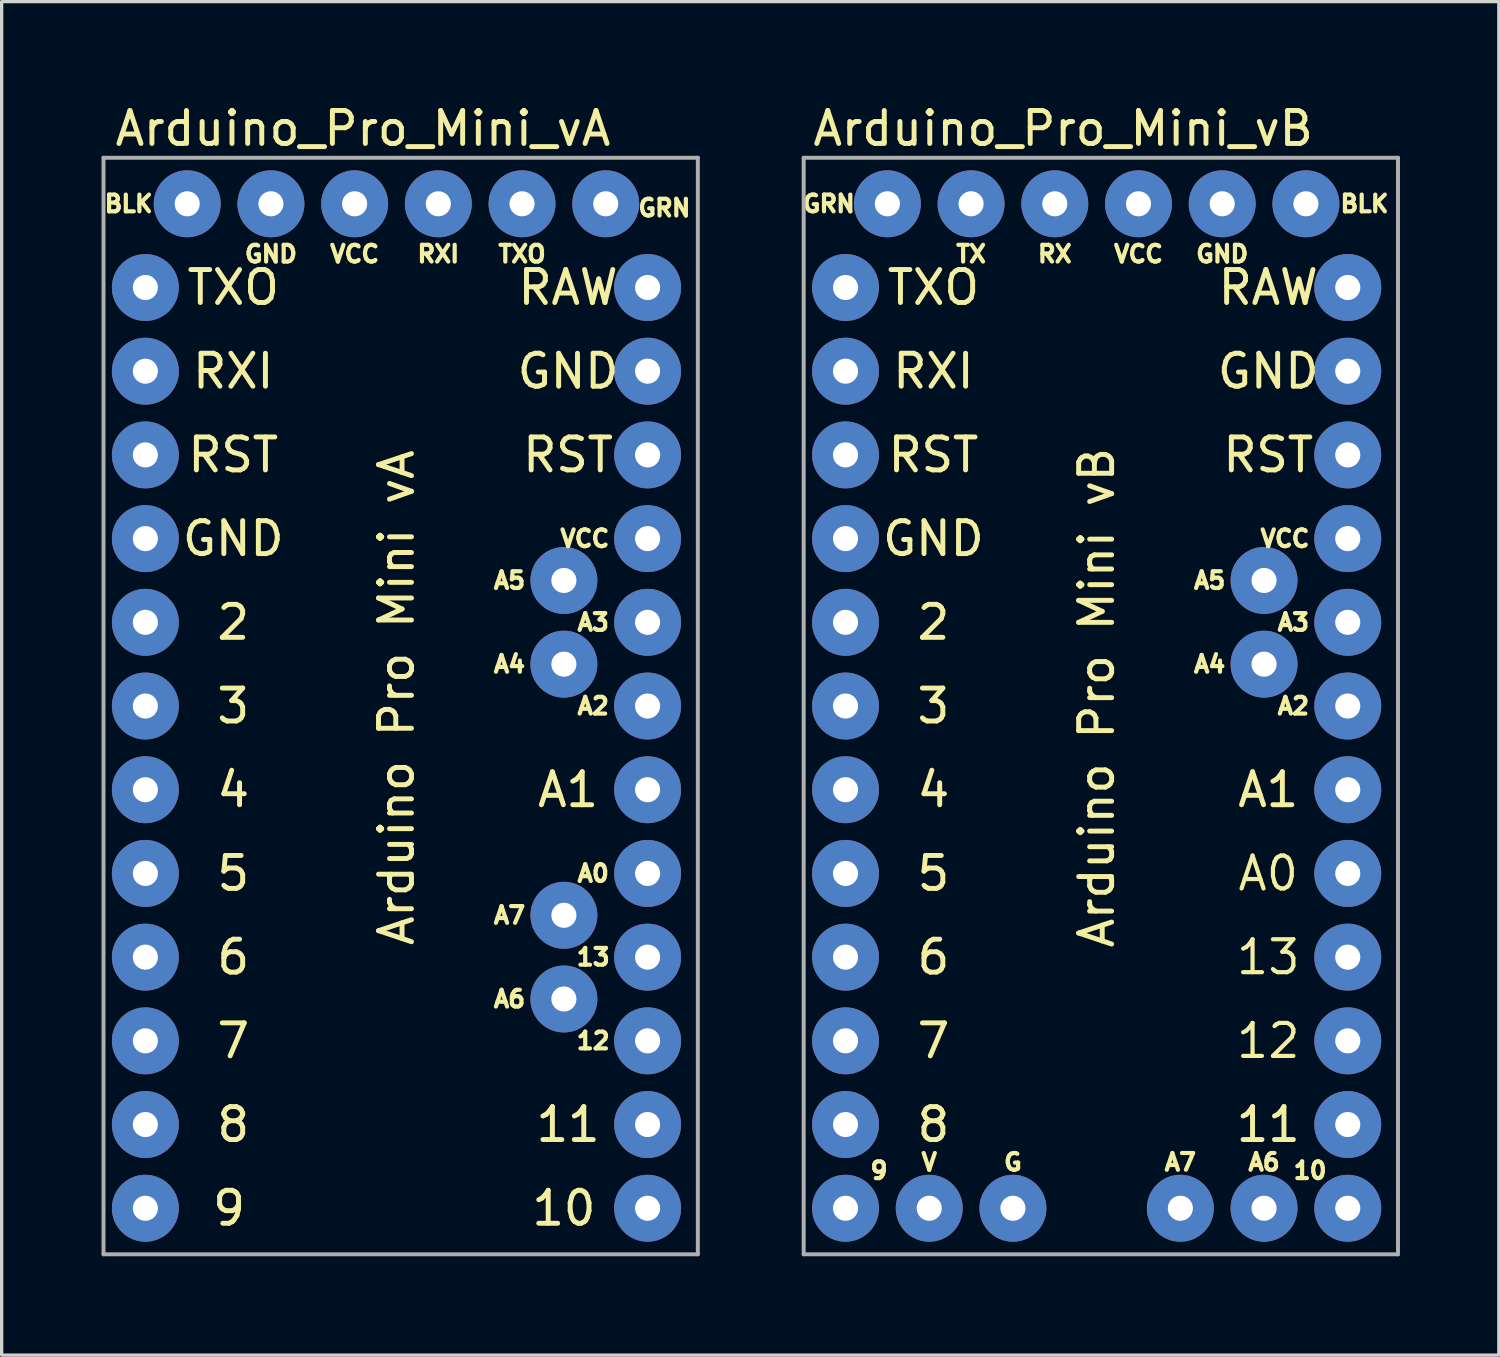
<source format=kicad_pcb>
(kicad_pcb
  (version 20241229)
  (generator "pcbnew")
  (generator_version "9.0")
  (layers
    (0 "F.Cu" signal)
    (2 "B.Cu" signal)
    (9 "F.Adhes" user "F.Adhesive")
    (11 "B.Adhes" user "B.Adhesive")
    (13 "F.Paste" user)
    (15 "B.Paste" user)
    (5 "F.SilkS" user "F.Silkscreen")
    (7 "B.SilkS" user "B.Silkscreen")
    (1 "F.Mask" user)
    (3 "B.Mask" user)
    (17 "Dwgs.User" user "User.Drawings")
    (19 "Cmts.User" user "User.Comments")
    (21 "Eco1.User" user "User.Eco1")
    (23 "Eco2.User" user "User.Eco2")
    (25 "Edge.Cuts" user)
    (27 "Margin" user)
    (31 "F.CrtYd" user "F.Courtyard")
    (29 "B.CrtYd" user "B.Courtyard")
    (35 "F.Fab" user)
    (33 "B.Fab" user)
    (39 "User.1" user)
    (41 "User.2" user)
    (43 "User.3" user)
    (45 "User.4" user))
  (footprint "Arduino_Pro_Mini_vB"
    (layer "F.Cu")
    (at 22.607 5.674)
    (property "Reference" "Arduino_Pro_Mini_vB" (at 6.604 -4.826 0) (layer "F.SilkS") (effects (font (size 1 1) (thickness 0.15))))
    (attr through_hole)
    (fp_line (start -1.27 -3.937) (end 16.764 -3.937) (stroke (width 0.12) (type solid)) (layer "F.Fab"))
    (fp_line (start -1.27 29.337) (end -1.27 -3.937) (stroke (width 0.12) (type solid)) (layer "F.Fab"))
    (fp_line (start 16.764 -3.937) (end 16.764 29.337) (stroke (width 0.12) (type solid)) (layer "F.Fab"))
    (fp_line (start 16.764 29.337) (end -1.27 29.337) (stroke (width 0.12) (type solid)) (layer "F.Fab"))
    (fp_text user "A5" (at 11.049 8.89 0) (layer "F.SilkS") (effects (font (size 0.508 0.508) (thickness 0.127))))
    (fp_text user "RAW" (at 12.827 0 0) (layer "F.SilkS") (effects (font (size 1 1) (thickness 0.15))))
    (fp_text user "10" (at 14.097 26.797 0) (layer "F.SilkS") (effects (font (size 0.508 0.508) (thickness 0.127))))
    (fp_text user "9" (at 1.016 26.797 0) (layer "F.SilkS") (effects (font (size 0.508 0.508) (thickness 0.127))))
    (fp_text user "11" (at 12.827 25.4 0) (layer "F.SilkS") (effects (font (size 1 1) (thickness 0.15))))
    (fp_text user "GRN" (at -0.508 -2.54 0) (layer "F.SilkS") (effects (font (size 0.508 0.508) (thickness 0.127))))
    (fp_text user "TXO" (at 2.667 0 0) (layer "F.SilkS") (effects (font (size 1 1) (thickness 0.15))))
    (fp_text user "A0" (at 12.827 17.78 0) (layer "F.SilkS") (effects (font (size 1 1) (thickness 0.127))))
    (fp_text user "A4" (at 11.049 11.43 0) (layer "F.SilkS") (effects (font (size 0.508 0.508) (thickness 0.127))))
    (fp_text user "A3" (at 13.589 10.16 0) (layer "F.SilkS") (effects (font (size 0.508 0.508) (thickness 0.127))))
    (fp_text user "8" (at 2.667 25.4 0) (layer "F.SilkS") (effects (font (size 1 1) (thickness 0.15))))
    (fp_text user "BLK" (at 15.748 -2.54 0) (layer "F.SilkS") (effects (font (size 0.508 0.508) (thickness 0.127))))
    (fp_text user "A1" (at 12.827 15.24 0) (layer "F.SilkS") (effects (font (size 1 1) (thickness 0.15))))
    (fp_text user "12" (at 12.827 22.86 0) (layer "F.SilkS") (effects (font (size 1 1) (thickness 0.127))))
    (fp_text user "A2" (at 13.589 12.7 0) (layer "F.SilkS") (effects (font (size 0.508 0.508) (thickness 0.127))))
    (fp_text user "3" (at 2.667 12.7 0) (layer "F.SilkS") (effects (font (size 1 1) (thickness 0.15))))
    (fp_text user "A6" (at 12.7 26.543 0) (layer "F.SilkS") (effects (font (size 0.508 0.508) (thickness 0.127))))
    (fp_text user "TX" (at 3.81 -1.016 0) (layer "F.SilkS") (effects (font (size 0.508 0.508) (thickness 0.127))))
    (fp_text user "G" (at 5.08 26.543 0) (layer "F.SilkS") (effects (font (size 0.508 0.508) (thickness 0.127))))
    (fp_text user "A7" (at 10.16 26.543 0) (layer "F.SilkS") (effects (font (size 0.508 0.508) (thickness 0.127))))
    (fp_text user "VCC" (at 8.89 -1.016 0) (layer "F.SilkS") (effects (font (size 0.508 0.508) (thickness 0.127))))
    (fp_text user "6" (at 2.667 20.32 0) (layer "F.SilkS") (effects (font (size 1 1) (thickness 0.15))))
    (fp_text user "7" (at 2.667 22.86 0) (layer "F.SilkS") (effects (font (size 1 1) (thickness 0.15))))
    (fp_text user "VCC" (at 13.335 7.62 0) (layer "F.SilkS") (effects (font (size 0.508 0.508) (thickness 0.127))))
    (fp_text user "4" (at 2.667 15.24 0) (layer "F.SilkS") (effects (font (size 1 1) (thickness 0.15))))
    (fp_text user "GND" (at 2.667 7.62 0) (layer "F.SilkS") (effects (font (size 1 1) (thickness 0.15))))
    (fp_text user "5" (at 2.667 17.78 0) (layer "F.SilkS") (effects (font (size 1 1) (thickness 0.15))))
    (fp_text user "2" (at 2.667 10.16 0) (layer "F.SilkS") (effects (font (size 1 1) (thickness 0.15))))
    (fp_text user "RST" (at 2.667 5.08 0) (layer "F.SilkS") (effects (font (size 1 1) (thickness 0.15))))
    (fp_text user "RX" (at 6.35 -1.016 0) (layer "F.SilkS") (effects (font (size 0.508 0.508) (thickness 0.127))))
    (fp_text user "GND" (at 11.43 -1.016 0) (layer "F.SilkS") (effects (font (size 0.508 0.508) (thickness 0.127))))
    (fp_text user "GND" (at 12.827 2.54 0) (layer "F.SilkS") (effects (font (size 1 1) (thickness 0.15))))
    (fp_text user "V" (at 2.54 26.543 0) (layer "F.SilkS") (effects (font (size 0.508 0.508) (thickness 0.127))))
    (fp_text user "Arduino Pro Mini vB" (at 7.62 12.446 270) (layer "F.SilkS") (effects (font (size 1 1) (thickness 0.15))))
    (fp_text user "RST" (at 12.827 5.08 0) (layer "F.SilkS") (effects (font (size 1 1) (thickness 0.15))))
    (fp_text user "RXI" (at 2.667 2.54 0) (layer "F.SilkS") (effects (font (size 1 1) (thickness 0.15))))
    (fp_text user "13" (at 12.827 20.32 0) (layer "F.SilkS") (effects (font (size 1 1) (thickness 0.127))))
    (pad "1" thru_hole oval (at 0 0) (size 2.032 2.032) (drill 0.762) (layers "*.Cu" "*.Mask"))
    (pad "2" thru_hole oval (at 0 2.54) (size 2.032 2.032) (drill 0.762) (layers "*.Cu" "*.Mask"))
    (pad "3" thru_hole oval (at 0 5.08) (size 2.032 2.032) (drill 0.762) (layers "*.Cu" "*.Mask"))
    (pad "4" thru_hole oval (at 0 7.62) (size 2.032 2.032) (drill 0.762) (layers "*.Cu" "*.Mask"))
    (pad "5" thru_hole oval (at 0 10.16) (size 2.032 2.032) (drill 0.762) (layers "*.Cu" "*.Mask"))
    (pad "6" thru_hole oval (at 0 12.7) (size 2.032 2.032) (drill 0.762) (layers "*.Cu" "*.Mask"))
    (pad "7" thru_hole oval (at 0 15.24) (size 2.032 2.032) (drill 0.762) (layers "*.Cu" "*.Mask"))
    (pad "8" thru_hole oval (at 0 17.78) (size 2.032 2.032) (drill 0.762) (layers "*.Cu" "*.Mask"))
    (pad "9" thru_hole oval (at 0 20.32) (size 2.032 2.032) (drill 0.762) (layers "*.Cu" "*.Mask"))
    (pad "10" thru_hole oval (at 0 22.86) (size 2.032 2.032) (drill 0.762) (layers "*.Cu" "*.Mask"))
    (pad "11" thru_hole oval (at 0 25.4) (size 2.032 2.032) (drill 0.762) (layers "*.Cu" "*.Mask"))
    (pad "12" thru_hole oval (at 0 27.94) (size 2.032 2.032) (drill 0.762) (layers "*.Cu" "*.Mask"))
    (pad "13" thru_hole oval (at 15.24 0) (size 2.032 2.032) (drill 0.762) (layers "*.Cu" "*.Mask"))
    (pad "14" thru_hole oval (at 15.24 2.54) (size 2.032 2.032) (drill 0.762) (layers "*.Cu" "*.Mask"))
    (pad "15" thru_hole oval (at 15.24 5.08) (size 2.032 2.032) (drill 0.762) (layers "*.Cu" "*.Mask"))
    (pad "16" thru_hole oval (at 15.24 7.62) (size 2.032 2.032) (drill 0.762) (layers "*.Cu" "*.Mask"))
    (pad "17" thru_hole oval (at 15.24 10.16) (size 2.032 2.032) (drill 0.762) (layers "*.Cu" "*.Mask"))
    (pad "18" thru_hole oval (at 15.24 12.7) (size 2.032 2.032) (drill 0.762) (layers "*.Cu" "*.Mask"))
    (pad "19" thru_hole oval (at 15.24 15.24) (size 2.032 2.032) (drill 0.762) (layers "*.Cu" "*.Mask"))
    (pad "20" thru_hole oval (at 15.24 17.78) (size 2.032 2.032) (drill 0.762) (layers "*.Cu" "*.Mask"))
    (pad "21" thru_hole oval (at 15.24 20.32) (size 2.032 2.032) (drill 0.762) (layers "*.Cu" "*.Mask"))
    (pad "22" thru_hole oval (at 15.24 22.86) (size 2.032 2.032) (drill 0.762) (layers "*.Cu" "*.Mask"))
    (pad "23" thru_hole oval (at 15.24 25.4) (size 2.032 2.032) (drill 0.762) (layers "*.Cu" "*.Mask"))
    (pad "24" thru_hole oval (at 15.24 27.94) (size 2.032 2.032) (drill 0.762) (layers "*.Cu" "*.Mask"))
    (pad "25" thru_hole oval (at 12.7 11.43) (size 2.032 2.032) (drill 0.762) (layers "*.Cu" "*.Mask"))
    (pad "26" thru_hole oval (at 12.7 8.89) (size 2.032 2.032) (drill 0.762) (layers "*.Cu" "*.Mask"))
    (pad "27" thru_hole oval (at 12.7 27.94) (size 2.032 2.032) (drill 0.762) (layers "*.Cu" "*.Mask"))
    (pad "28" thru_hole oval (at 10.16 27.94) (size 2.032 2.032) (drill 0.762) (layers "*.Cu" "*.Mask"))
    (pad "29" thru_hole oval (at 13.97 -2.54) (size 2.032 2.032) (drill 0.762) (layers "*.Cu" "*.Mask"))
    (pad "30" thru_hole oval (at 11.43 -2.54) (size 2.032 2.032) (drill 0.762) (layers "*.Cu" "*.Mask"))
    (pad "31" thru_hole oval (at 8.89 -2.54) (size 2.032 2.032) (drill 0.762) (layers "*.Cu" "*.Mask"))
    (pad "32" thru_hole oval (at 6.35 -2.54) (size 2.032 2.032) (drill 0.762) (layers "*.Cu" "*.Mask"))
    (pad "33" thru_hole oval (at 3.81 -2.54) (size 2.032 2.032) (drill 0.762) (layers "*.Cu" "*.Mask"))
    (pad "34" thru_hole oval (at 1.27 -2.54) (size 2.032 2.032) (drill 0.762) (layers "*.Cu" "*.Mask"))
    (pad "35" thru_hole oval (at 2.54 27.94) (size 2.032 2.032) (drill 0.762) (layers "*.Cu" "*.Mask"))
    (pad "35" thru_hole oval (at 5.08 27.94) (size 2.032 2.032) (drill 0.762) (layers "*.Cu" "*.Mask")))
  (footprint "Arduino_Pro_Mini_vA"
    (layer "F.Cu")
    (at 1.361 5.674)
    (property "Reference" "Arduino_Pro_Mini_vA" (at 6.604 -4.826 0) (layer "F.SilkS") (effects (font (size 1 1) (thickness 0.15))))
    (attr through_hole)
    (fp_line (start -1.27 -3.937) (end 16.764 -3.937) (stroke (width 0.12) (type solid)) (layer "F.Fab"))
    (fp_line (start -1.27 29.337) (end -1.27 -3.937) (stroke (width 0.12) (type solid)) (layer "F.Fab"))
    (fp_line (start 16.764 -3.937) (end 16.764 29.337) (stroke (width 0.12) (type solid)) (layer "F.Fab"))
    (fp_line (start 16.764 29.337) (end -1.27 29.337) (stroke (width 0.12) (type solid)) (layer "F.Fab"))
    (fp_text user "A1" (at 12.827 15.24 0) (layer "F.SilkS") (effects (font (size 1 1) (thickness 0.15))))
    (fp_text user "11" (at 12.827 25.4 0) (layer "F.SilkS") (effects (font (size 1 1) (thickness 0.15))))
    (fp_text user "VCC" (at 13.335 7.62 0) (layer "F.SilkS") (effects (font (size 0.508 0.508) (thickness 0.127))))
    (fp_text user "A3" (at 13.589 10.16 0) (layer "F.SilkS") (effects (font (size 0.508 0.508) (thickness 0.127))))
    (fp_text user "A5" (at 11.049 8.89 0) (layer "F.SilkS") (effects (font (size 0.508 0.508) (thickness 0.127))))
    (fp_text user "RST" (at 12.827 5.08 0) (layer "F.SilkS") (effects (font (size 1 1) (thickness 0.15))))
    (fp_text user "BLK" (at -0.508 -2.54 0) (layer "F.SilkS") (effects (font (size 0.508 0.508) (thickness 0.127))))
    (fp_text user "4" (at 2.667 15.24 0) (layer "F.SilkS") (effects (font (size 1 1) (thickness 0.15))))
    (fp_text user "GND" (at 12.827 2.54 0) (layer "F.SilkS") (effects (font (size 1 1) (thickness 0.15))))
    (fp_text user "3" (at 2.667 12.7 0) (layer "F.SilkS") (effects (font (size 1 1) (thickness 0.15))))
    (fp_text user "GRN" (at 15.748 -2.413 0) (layer "F.SilkS") (effects (font (size 0.508 0.508) (thickness 0.127))))
    (fp_text user "A7" (at 11.049 19.05 0) (layer "F.SilkS") (effects (font (size 0.508 0.508) (thickness 0.127))))
    (fp_text user "10" (at 12.7 27.94 0) (layer "F.SilkS") (effects (font (size 1 1) (thickness 0.15))))
    (fp_text user "VCC" (at 6.35 -1.016 0) (layer "F.SilkS") (effects (font (size 0.508 0.508) (thickness 0.127))))
    (fp_text user "9" (at 2.54 27.94 0) (layer "F.SilkS") (effects (font (size 1 1) (thickness 0.15))))
    (fp_text user "2" (at 2.667 10.16 0) (layer "F.SilkS") (effects (font (size 1 1) (thickness 0.15))))
    (fp_text user "TXO" (at 2.667 0 0) (layer "F.SilkS") (effects (font (size 1 1) (thickness 0.15))))
    (fp_text user "A2" (at 13.589 12.7 0) (layer "F.SilkS") (effects (font (size 0.508 0.508) (thickness 0.127))))
    (fp_text user "GND" (at 3.81 -1.016 0) (layer "F.SilkS") (effects (font (size 0.508 0.508) (thickness 0.127))))
    (fp_text user "RAW" (at 12.827 0 0) (layer "F.SilkS") (effects (font (size 1 1) (thickness 0.15))))
    (fp_text user "A4" (at 11.049 11.43 0) (layer "F.SilkS") (effects (font (size 0.508 0.508) (thickness 0.127))))
    (fp_text user "8" (at 2.667 25.4 0) (layer "F.SilkS") (effects (font (size 1 1) (thickness 0.15))))
    (fp_text user "5" (at 2.667 17.78 0) (layer "F.SilkS") (effects (font (size 1 1) (thickness 0.15))))
    (fp_text user "RXI" (at 8.89 -1.016 0) (layer "F.SilkS") (effects (font (size 0.508 0.508) (thickness 0.127))))
    (fp_text user "TXO" (at 11.43 -1.016 0) (layer "F.SilkS") (effects (font (size 0.508 0.508) (thickness 0.127))))
    (fp_text user "RXI" (at 2.667 2.54 0) (layer "F.SilkS") (effects (font (size 1 1) (thickness 0.15))))
    (fp_text user "7" (at 2.667 22.86 0) (layer "F.SilkS") (effects (font (size 1 1) (thickness 0.15))))
    (fp_text user "6" (at 2.667 20.32 0) (layer "F.SilkS") (effects (font (size 1 1) (thickness 0.15))))
    (fp_text user "A0" (at 13.589 17.78 0) (layer "F.SilkS") (effects (font (size 0.508 0.508) (thickness 0.127))))
    (fp_text user "12" (at 13.589 22.86 0) (layer "F.SilkS") (effects (font (size 0.508 0.508) (thickness 0.127))))
    (fp_text user "Arduino Pro Mini vA" (at 7.62 12.446 270) (layer "F.SilkS") (effects (font (size 1 1) (thickness 0.15))))
    (fp_text user "GND" (at 2.667 7.62 0) (layer "F.SilkS") (effects (font (size 1 1) (thickness 0.15))))
    (fp_text user "RST" (at 2.667 5.08 0) (layer "F.SilkS") (effects (font (size 1 1) (thickness 0.15))))
    (fp_text user "13" (at 13.589 20.32 0) (layer "F.SilkS") (effects (font (size 0.508 0.508) (thickness 0.127))))
    (fp_text user "A6" (at 11.049 21.59 0) (layer "F.SilkS") (effects (font (size 0.508 0.508) (thickness 0.127))))
    (pad "1" thru_hole oval (at 0 0) (size 2.032 2.032) (drill 0.762) (layers "*.Cu" "*.Mask"))
    (pad "2" thru_hole oval (at 0 2.54) (size 2.032 2.032) (drill 0.762) (layers "*.Cu" "*.Mask"))
    (pad "3" thru_hole oval (at 0 5.08) (size 2.032 2.032) (drill 0.762) (layers "*.Cu" "*.Mask"))
    (pad "4" thru_hole oval (at 0 7.62) (size 2.032 2.032) (drill 0.762) (layers "*.Cu" "*.Mask"))
    (pad "5" thru_hole oval (at 0 10.16) (size 2.032 2.032) (drill 0.762) (layers "*.Cu" "*.Mask"))
    (pad "6" thru_hole oval (at 0 12.7) (size 2.032 2.032) (drill 0.762) (layers "*.Cu" "*.Mask"))
    (pad "7" thru_hole oval (at 0 15.24) (size 2.032 2.032) (drill 0.762) (layers "*.Cu" "*.Mask"))
    (pad "8" thru_hole oval (at 0 17.78) (size 2.032 2.032) (drill 0.762) (layers "*.Cu" "*.Mask"))
    (pad "9" thru_hole oval (at 0 20.32) (size 2.032 2.032) (drill 0.762) (layers "*.Cu" "*.Mask"))
    (pad "10" thru_hole oval (at 0 22.86) (size 2.032 2.032) (drill 0.762) (layers "*.Cu" "*.Mask"))
    (pad "11" thru_hole oval (at 0 25.4) (size 2.032 2.032) (drill 0.762) (layers "*.Cu" "*.Mask"))
    (pad "12" thru_hole oval (at 0 27.94) (size 2.032 2.032) (drill 0.762) (layers "*.Cu" "*.Mask"))
    (pad "13" thru_hole oval (at 15.24 0) (size 2.032 2.032) (drill 0.762) (layers "*.Cu" "*.Mask"))
    (pad "14" thru_hole oval (at 15.24 2.54) (size 2.032 2.032) (drill 0.762) (layers "*.Cu" "*.Mask"))
    (pad "15" thru_hole oval (at 15.24 5.08) (size 2.032 2.032) (drill 0.762) (layers "*.Cu" "*.Mask"))
    (pad "16" thru_hole oval (at 15.24 7.62) (size 2.032 2.032) (drill 0.762) (layers "*.Cu" "*.Mask"))
    (pad "17" thru_hole oval (at 15.24 10.16) (size 2.032 2.032) (drill 0.762) (layers "*.Cu" "*.Mask"))
    (pad "18" thru_hole oval (at 15.24 12.7) (size 2.032 2.032) (drill 0.762) (layers "*.Cu" "*.Mask"))
    (pad "19" thru_hole oval (at 15.24 15.24) (size 2.032 2.032) (drill 0.762) (layers "*.Cu" "*.Mask"))
    (pad "20" thru_hole oval (at 15.24 17.78) (size 2.032 2.032) (drill 0.762) (layers "*.Cu" "*.Mask"))
    (pad "21" thru_hole oval (at 15.24 20.32) (size 2.032 2.032) (drill 0.762) (layers "*.Cu" "*.Mask"))
    (pad "22" thru_hole oval (at 15.24 22.86) (size 2.032 2.032) (drill 0.762) (layers "*.Cu" "*.Mask"))
    (pad "23" thru_hole oval (at 15.24 25.4) (size 2.032 2.032) (drill 0.762) (layers "*.Cu" "*.Mask"))
    (pad "24" thru_hole oval (at 15.24 27.94) (size 2.032 2.032) (drill 0.762) (layers "*.Cu" "*.Mask"))
    (pad "25" thru_hole oval (at 12.7 11.43) (size 2.032 2.032) (drill 0.762) (layers "*.Cu" "*.Mask"))
    (pad "26" thru_hole oval (at 12.7 8.89) (size 2.032 2.032) (drill 0.762) (layers "*.Cu" "*.Mask"))
    (pad "27" thru_hole oval (at 12.7 21.59) (size 2.032 2.032) (drill 0.762) (layers "*.Cu" "*.Mask"))
    (pad "28" thru_hole oval (at 12.7 19.05) (size 2.032 2.032) (drill 0.762) (layers "*.Cu" "*.Mask"))
    (pad "29" thru_hole oval (at 1.27 -2.54) (size 2.032 2.032) (drill 0.762) (layers "*.Cu" "*.Mask"))
    (pad "30" thru_hole oval (at 3.81 -2.54) (size 2.032 2.032) (drill 0.762) (layers "*.Cu" "*.Mask"))
    (pad "31" thru_hole oval (at 6.35 -2.54) (size 2.032 2.032) (drill 0.762) (layers "*.Cu" "*.Mask"))
    (pad "32" thru_hole oval (at 8.89 -2.54) (size 2.032 2.032) (drill 0.762) (layers "*.Cu" "*.Mask"))
    (pad "33" thru_hole oval (at 11.43 -2.54) (size 2.032 2.032) (drill 0.762) (layers "*.Cu" "*.Mask"))
    (pad "34" thru_hole oval (at 13.97 -2.54) (size 2.032 2.032) (drill 0.762) (layers "*.Cu" "*.Mask")))
  (gr_rect
    (start -3 -3)
    (end 42.431 38.071)
    (stroke (width 0.1) (type default))
    (fill no)
    (layer "Edge.Cuts")))
</source>
